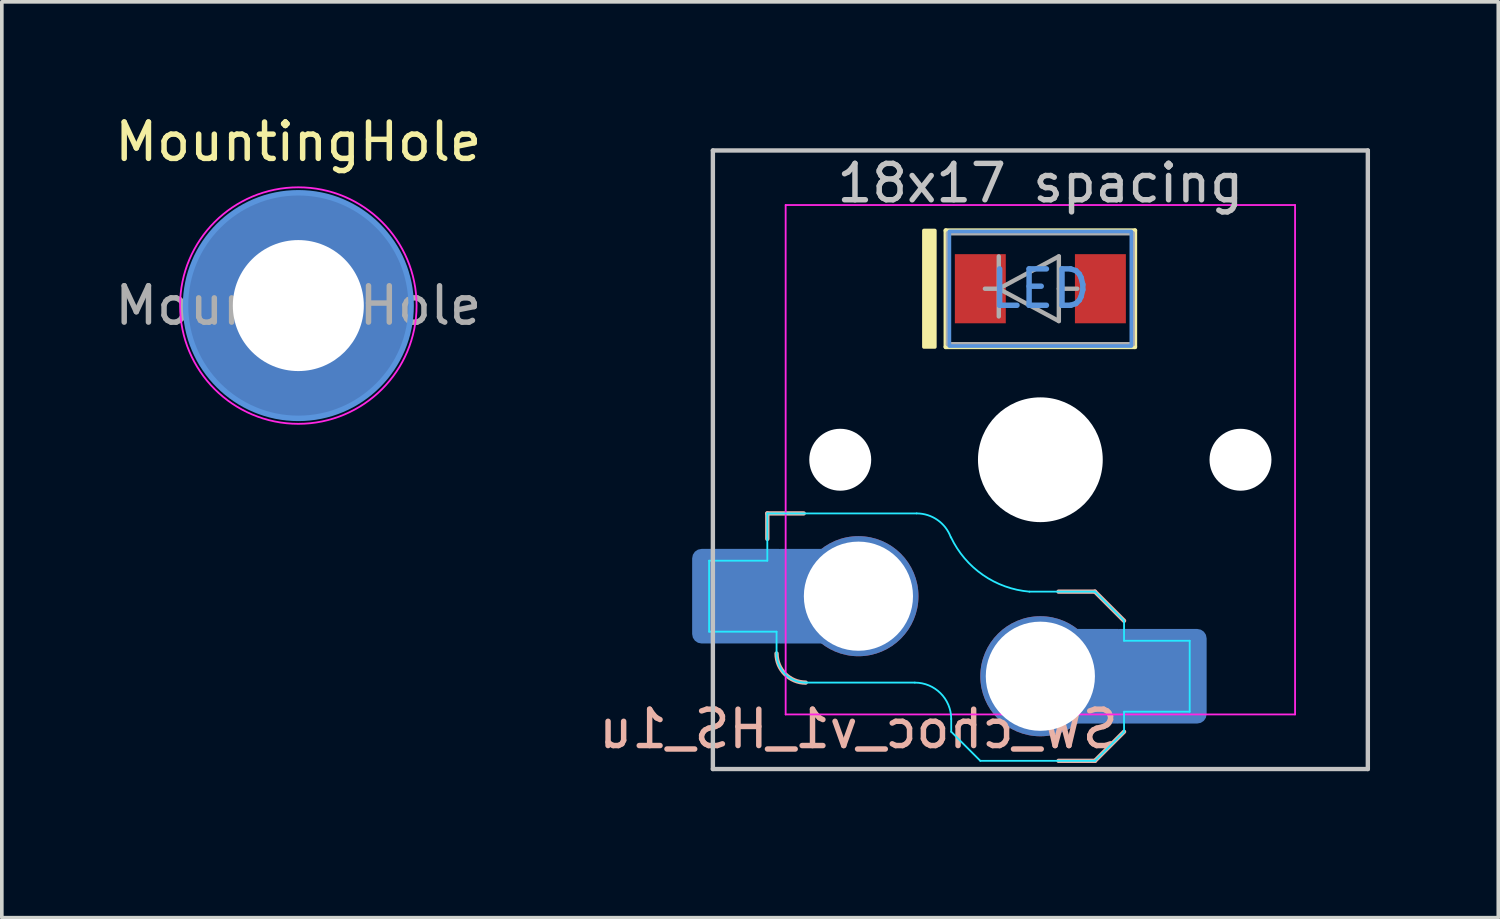
<source format=kicad_pcb>
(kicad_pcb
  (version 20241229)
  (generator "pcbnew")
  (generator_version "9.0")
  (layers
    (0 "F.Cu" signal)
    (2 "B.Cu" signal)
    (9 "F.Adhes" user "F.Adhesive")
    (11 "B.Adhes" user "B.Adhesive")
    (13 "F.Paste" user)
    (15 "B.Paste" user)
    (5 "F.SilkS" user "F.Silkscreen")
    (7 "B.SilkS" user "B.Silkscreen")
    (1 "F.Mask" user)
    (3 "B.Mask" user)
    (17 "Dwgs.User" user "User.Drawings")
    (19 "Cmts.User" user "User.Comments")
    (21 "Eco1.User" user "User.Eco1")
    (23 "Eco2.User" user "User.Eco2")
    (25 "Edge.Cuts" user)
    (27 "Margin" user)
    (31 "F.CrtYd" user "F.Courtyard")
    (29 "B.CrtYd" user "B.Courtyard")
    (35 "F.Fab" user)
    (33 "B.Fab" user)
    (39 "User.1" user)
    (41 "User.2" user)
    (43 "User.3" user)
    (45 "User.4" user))
  (footprint "SW_choc_v1_HS_1u"
    (layer "F.Cu")
    (at 25.542 9.585)
    (property "Reference" "SW_choc_v1_HS_1u" (at -5 7.4 180) (layer "B.SilkS") (effects (font (size 1 1) (thickness 0.15)) (justify mirror)))
    (attr smd)
    (fp_line (start -2.6 -6.3) (end 2.6 -6.3) (stroke (width 0.12) (type solid)) (layer "F.SilkS"))
    (fp_line (start -2.6 -3.1) (end -2.6 -6.3) (stroke (width 0.12) (type solid)) (layer "F.SilkS"))
    (fp_line (start 2.6 -6.3) (end 2.6 -3.1) (stroke (width 0.12) (type solid)) (layer "F.SilkS"))
    (fp_line (start 2.6 -3.1) (end -2.6 -3.1) (stroke (width 0.12) (type solid)) (layer "F.SilkS"))
    (fp_poly (pts (xy -2.9 -3.1) (xy -3.2 -3.1) (xy -3.2 -6.3) (xy -2.9 -6.3)) (stroke (width 0.1) (type solid)) (fill yes) (layer "F.SilkS"))
    (fp_line (start -7.504 1.475) (end -7.504 2.175) (stroke (width 0.12) (type solid)) (layer "B.SilkS"))
    (fp_line (start -7.504 1.475) (end -6.504 1.475) (stroke (width 0.12) (type solid)) (layer "B.SilkS"))
    (fp_line (start 1.5 3.625) (end 0.5 3.625) (stroke (width 0.12) (type solid)) (layer "B.SilkS"))
    (fp_line (start 1.5 3.625) (end 2.3 4.425) (stroke (width 0.12) (type solid)) (layer "B.SilkS"))
    (fp_line (start 1.5 8.275) (end 0.5 8.275) (stroke (width 0.12) (type solid)) (layer "B.SilkS"))
    (fp_line (start 2.3 7.475) (end 1.5 8.275) (stroke (width 0.12) (type solid)) (layer "B.SilkS"))
    (fp_arc (start -6.45 6.125) (mid -7.015685 5.890685) (end -7.25 5.325) (stroke (width 0.12) (type solid)) (layer "B.SilkS"))
    (fp_line (start -9 -8.5) (end 9 -8.5) (stroke (width 0.12) (type solid)) (layer "Dwgs.User"))
    (fp_line (start -9 8.5) (end -9 -8.5) (stroke (width 0.12) (type solid)) (layer "Dwgs.User"))
    (fp_line (start 9 -8.5) (end 9 8.5) (stroke (width 0.12) (type solid)) (layer "Dwgs.User"))
    (fp_line (start 9 8.5) (end -9 8.5) (stroke (width 0.12) (type solid)) (layer "Dwgs.User"))
    (fp_rect (start 2.5 -6.275) (end -2.5 -3.125) (stroke (width 0.1) (type default)) (fill no) (layer "Cmts.User"))
    (fp_line (start -9.525 -9.525) (end -9.525 9.525) (stroke (width 0.12) (type solid)) (layer "Eco1.User"))
    (fp_line (start -9.525 9.525) (end 9.525 9.525) (stroke (width 0.12) (type solid)) (layer "Eco1.User"))
    (fp_line (start 9.525 -9.525) (end -9.525 -9.525) (stroke (width 0.12) (type solid)) (layer "Eco1.User"))
    (fp_line (start 9.525 9.525) (end 9.525 -9.525) (stroke (width 0.12) (type solid)) (layer "Eco1.User"))
    (fp_line (start -6.95 6.45) (end -6.95 -6.45) (stroke (width 0.05) (type solid)) (layer "Eco2.User"))
    (fp_line (start -6.45 -6.95) (end 6.45 -6.95) (stroke (width 0.05) (type solid)) (layer "Eco2.User"))
    (fp_line (start 6.45 6.95) (end -6.45 6.95) (stroke (width 0.05) (type solid)) (layer "Eco2.User"))
    (fp_line (start 6.95 -6.45) (end 6.95 6.45) (stroke (width 0.05) (type solid)) (layer "Eco2.User"))
    (fp_arc (start -6.95 -6.45) (mid -6.803553 -6.803553) (end -6.45 -6.95) (stroke (width 0.05) (type solid)) (layer "Eco2.User"))
    (fp_arc (start -6.45 6.95) (mid -6.803553 6.803553) (end -6.95 6.45) (stroke (width 0.05) (type solid)) (layer "Eco2.User"))
    (fp_arc (start 6.45 -6.95) (mid 6.803553 -6.803553) (end 6.95 -6.45) (stroke (width 0.05) (type solid)) (layer "Eco2.User"))
    (fp_arc (start 6.95 6.45) (mid 6.803553 6.803553) (end 6.45 6.95) (stroke (width 0.05) (type solid)) (layer "Eco2.User"))
    (fp_line (start -9.104 2.775) (end -7.504 2.775) (stroke (width 0.05) (type solid)) (layer "B.CrtYd"))
    (fp_line (start -9.104 4.725) (end -9.104 2.775) (stroke (width 0.05) (type solid)) (layer "B.CrtYd"))
    (fp_line (start -7.504 1.475) (end -7.504 2.175) (stroke (width 0.05) (type solid)) (layer "B.CrtYd"))
    (fp_line (start -7.504 1.475) (end -3.4 1.475) (stroke (width 0.05) (type solid)) (layer "B.CrtYd"))
    (fp_line (start -7.504 2.175) (end -7.504 2.775) (stroke (width 0.05) (type solid)) (layer "B.CrtYd"))
    (fp_line (start -7.25 4.725) (end -9.104 4.725) (stroke (width 0.05) (type solid)) (layer "B.CrtYd"))
    (fp_line (start -7.25 5.325) (end -7.25 4.725) (stroke (width 0.05) (type solid)) (layer "B.CrtYd"))
    (fp_line (start -3.45 6.125) (end -6.45 6.125) (stroke (width 0.05) (type solid)) (layer "B.CrtYd"))
    (fp_line (start -2.45 7.475) (end -2.45 7.125) (stroke (width 0.05) (type solid)) (layer "B.CrtYd"))
    (fp_line (start -2.45 7.475) (end -1.65 8.275) (stroke (width 0.05) (type solid)) (layer "B.CrtYd"))
    (fp_line (start 1.5 3.625) (end -0.3 3.625) (stroke (width 0.05) (type solid)) (layer "B.CrtYd"))
    (fp_line (start 1.5 3.625) (end 2.3 4.425) (stroke (width 0.05) (type solid)) (layer "B.CrtYd"))
    (fp_line (start 1.5 8.275) (end -1.65 8.275) (stroke (width 0.05) (type solid)) (layer "B.CrtYd"))
    (fp_line (start 2.3 4.975) (end 2.3 4.425) (stroke (width 0.05) (type solid)) (layer "B.CrtYd"))
    (fp_line (start 2.3 7.475) (end 1.5 8.275) (stroke (width 0.05) (type solid)) (layer "B.CrtYd"))
    (fp_line (start 2.3 7.475) (end 2.3 6.925) (stroke (width 0.05) (type solid)) (layer "B.CrtYd"))
    (fp_line (start 4.104 4.975) (end 2.3 4.975) (stroke (width 0.05) (type solid)) (layer "B.CrtYd"))
    (fp_line (start 4.104 4.975) (end 4.104 6.925) (stroke (width 0.05) (type solid)) (layer "B.CrtYd"))
    (fp_line (start 4.104 6.925) (end 2.3 6.925) (stroke (width 0.05) (type solid)) (layer "B.CrtYd"))
    (fp_arc (start -6.45 6.125) (mid -7.015685 5.890685) (end -7.25 5.325) (stroke (width 0.05) (type solid)) (layer "B.CrtYd"))
    (fp_arc (start -3.45 6.125) (mid -2.742893 6.417893) (end -2.45 7.125) (stroke (width 0.05) (type solid)) (layer "B.CrtYd"))
    (fp_arc (start -3.4 1.475) (mid -2.826423 1.655848) (end -2.460307 2.13298) (stroke (width 0.05) (type solid)) (layer "B.CrtYd"))
    (fp_arc (start -0.299999 3.624999) (mid -1.577272 3.167235) (end -2.455444 2.13293) (stroke (width 0.05) (type solid)) (layer "B.CrtYd"))
    (fp_line (start -7 -7) (end 7 -7) (stroke (width 0.05) (type solid)) (layer "F.CrtYd"))
    (fp_line (start -7 7) (end -7 -7) (stroke (width 0.05) (type solid)) (layer "F.CrtYd"))
    (fp_line (start 7 -7) (end 7 7) (stroke (width 0.05) (type solid)) (layer "F.CrtYd"))
    (fp_line (start 7 7) (end -7 7) (stroke (width 0.05) (type solid)) (layer "F.CrtYd"))
    (fp_line (start -2.54 -6.224) (end -2.54 -3.176) (stroke (width 0.12) (type solid)) (layer "F.Fab"))
    (fp_line (start -2.54 -3.176) (end 2.54 -3.176) (stroke (width 0.12) (type solid)) (layer "F.Fab"))
    (fp_line (start -1.143 -5.589) (end -1.143 -3.938) (stroke (width 0.12) (type solid)) (layer "F.Fab"))
    (fp_line (start -1.143 -4.7) (end -1.524 -4.7) (stroke (width 0.12) (type solid)) (layer "F.Fab"))
    (fp_line (start -1.143 -4.7) (end 0.508 -5.589) (stroke (width 0.12) (type solid)) (layer "F.Fab"))
    (fp_line (start 0.508 -5.589) (end 0.508 -3.811) (stroke (width 0.12) (type solid)) (layer "F.Fab"))
    (fp_line (start 0.508 -4.7) (end 1.016 -4.7) (stroke (width 0.12) (type solid)) (layer "F.Fab"))
    (fp_line (start 0.508 -3.811) (end -1.143 -4.7) (stroke (width 0.12) (type solid)) (layer "F.Fab"))
    (fp_line (start 2.54 -6.224) (end -2.54 -6.224) (stroke (width 0.12) (type solid)) (layer "F.Fab"))
    (fp_line (start 2.54 -3.176) (end 2.54 -6.224) (stroke (width 0.12) (type solid)) (layer "F.Fab"))
    (fp_text user "18x17 spacing" (at 0 -7.6 180) (layer "Dwgs.User") (effects (font (size 1 1) (thickness 0.15))))
    (fp_text user "LED" (at 0 -4.7 0) (unlocked yes) (layer "Cmts.User") (effects (font (size 1 1) (thickness 0.15))))
    (fp_text user "19.05 spacing" (at 0 -8.7 180) (layer "Eco1.User") (effects (font (size 1 1) (thickness 0.15))))
    (pad "" np_thru_hole circle (at -5.5 0 180) (size 1.702 1.702) (drill 1.702) (layers "*.Cu" "*.Mask"))
    (pad "" np_thru_hole circle (at 0 0 180) (size 3.429 3.429) (drill 3.429) (layers "*.Cu" "*.Mask"))
    (pad "" np_thru_hole circle (at 5.5 0 180) (size 1.702 1.702) (drill 1.702) (layers "*.Cu" "*.Mask"))
    (pad "1" thru_hole circle (at 0 5.95) (size 3.3 3.3) (drill 3) (layers "*.Cu" "B.Mask"))
    (pad "1" smd rect (at 1.55 5.95 180) (size 1.2 2.6) (layers "B.Cu"))
    (pad "1" smd roundrect (at 3.245 5.95) (size 2.65 2.6) (layers "B.Cu" "B.Mask" "B.Paste") (roundrect_rratio 0.1))
    (pad "2" smd roundrect (at -8.245 3.75) (size 2.65 2.6) (layers "B.Cu" "B.Mask" "B.Paste") (roundrect_rratio 0.1))
    (pad "2" smd rect (at -6.55 3.75) (size 1.2 2.6) (layers "B.Cu"))
    (pad "2" thru_hole circle (at -5 3.75) (size 3.3 3.3) (drill 3) (layers "*.Cu" "B.Mask"))
    (pad "3" smd rect (at -1.65 -4.7) (size 1.4 1.9) (layers "F.Cu" "F.Mask" "F.Paste"))
    (pad "4" smd rect (at 1.65 -4.7) (size 1.4 1.9) (layers "F.Cu" "F.Mask" "F.Paste")))
  (footprint "MountingHole"
    (layer "F.Cu")
    (at 5.149 5.348)
    (property "Reference" "MountingHole" (at 0 -4.5 0) (layer "F.SilkS") (effects (font (size 1 1) (thickness 0.15))))
    (attr exclude_from_pos_files exclude_from_bom)
    (fp_circle (center 0 0) (end 3.1 0) (stroke (width 0.15) (type solid)) (fill no) (layer "Cmts.User"))
    (fp_circle (center 0 0) (end 3.25 0) (stroke (width 0.05) (type solid)) (fill no) (layer "F.CrtYd"))
    (fp_text user "${REFERENCE}" (at 0 0 0) (layer "F.Fab") (effects (font (size 1 1) (thickness 0.15))))
    (pad "1" thru_hole circle (at 0 0) (size 6.2 6.2) (drill 3.6) (layers "*.Cu" "*.Mask")))
  (gr_rect
    (start -3 -3)
    (end 38.127 22.17)
    (stroke (width 0.1) (type default))
    (fill no)
    (layer "Edge.Cuts")))
</source>
